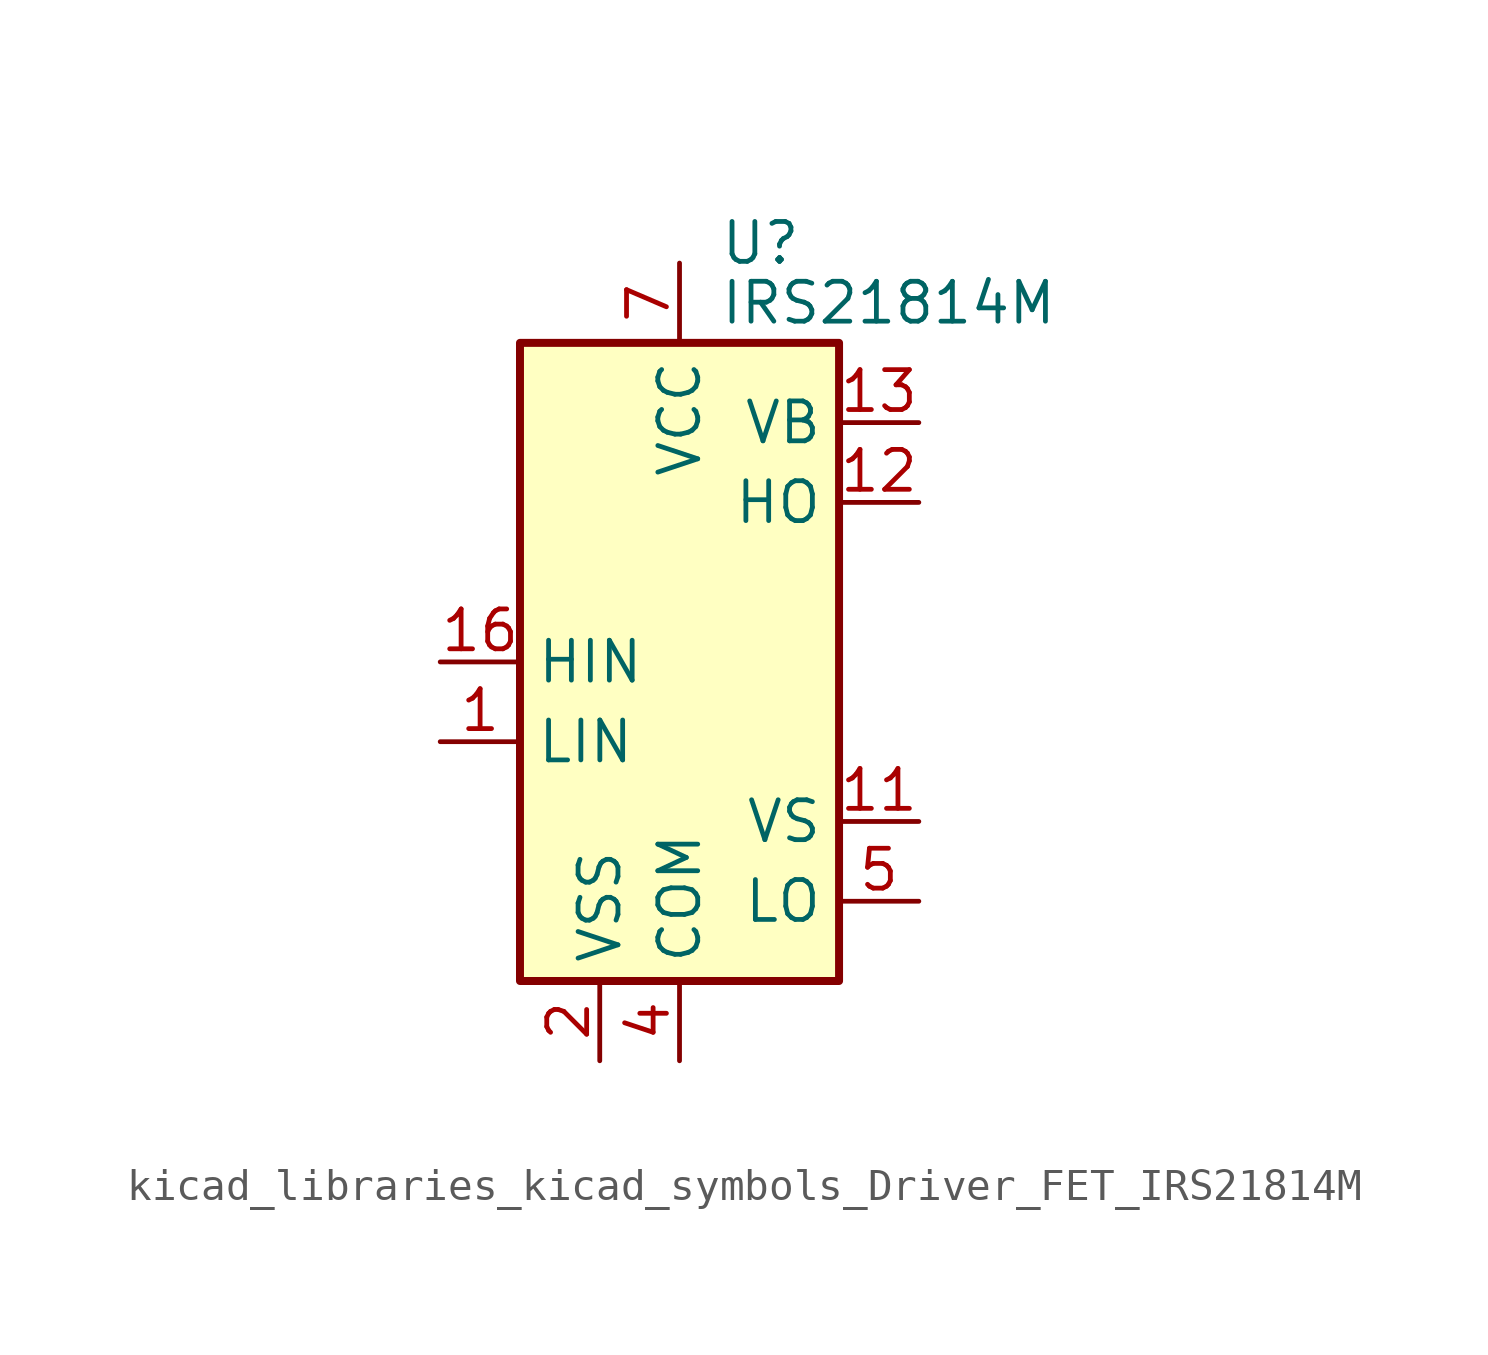
<source format=kicad_sym>
(kicad_symbol_lib
  (version 20220914)
  (generator kicad_symbol_editor)
  (symbol "kicad_libraries_kicad_symbols_Driver_FET_IRS21814M"
    (property "Reference" "U"
      (at 1.27 13.335 0)
      (effects (font (size 1.27 1.27)) (justify left)))
    (property "Value" "IRS21814M"
      (at 1.27 11.43 0)
      (effects (font (size 1.27 1.27)) (justify left)))
    (symbol "kicad_libraries_kicad_symbols_Driver_FET_IRS21814M_0_1"
      (rectangle (start -5.08 -10.16) (end 5.08 10.16) (stroke (width 0.254) (type default)) (fill (type background))))
    (symbol "kicad_libraries_kicad_symbols_Driver_FET_IRS21814M_1_1"
      (pin input line (at -7.62 -2.54 0) (length 2.54) (name "LIN" (effects (font (size 1.27 1.27)))) (number "1" (effects (font (size 1.27 1.27)))))
      (pin passive line (at 7.62 -5.08 180) (length 2.54) (name "VS" (effects (font (size 1.27 1.27)))) (number "11" (effects (font (size 1.27 1.27)))))
      (pin output line (at 7.62 5.08 180) (length 2.54) (name "HO" (effects (font (size 1.27 1.27)))) (number "12" (effects (font (size 1.27 1.27)))))
      (pin passive line (at 7.62 7.62 180) (length 2.54) (name "VB" (effects (font (size 1.27 1.27)))) (number "13" (effects (font (size 1.27 1.27)))))
      (pin no_connect line (at 5.08 0 180) (length 2.54) hide (name "NC" (effects (font (size 1.27 1.27)))) (number "14" (effects (font (size 1.27 1.27)))))
      (pin input line (at -7.62 0 0) (length 2.54) (name "HIN" (effects (font (size 1.27 1.27)))) (number "16" (effects (font (size 1.27 1.27)))))
      (pin passive line (at 0 -12.7 90) (length 2.54) hide (name "COM" (effects (font (size 1.27 1.27)))) (number "17" (effects (font (size 1.27 1.27)))))
      (pin power_in line (at -2.54 -12.7 90) (length 2.54) (name "VSS" (effects (font (size 1.27 1.27)))) (number "2" (effects (font (size 1.27 1.27)))))
      (pin no_connect line (at -5.08 7.62 0) (length 2.54) hide (name "NC" (effects (font (size 1.27 1.27)))) (number "3" (effects (font (size 1.27 1.27)))))
      (pin power_in line (at 0 -12.7 90) (length 2.54) (name "COM" (effects (font (size 1.27 1.27)))) (number "4" (effects (font (size 1.27 1.27)))))
      (pin output line (at 7.62 -7.62 180) (length 2.54) (name "LO" (effects (font (size 1.27 1.27)))) (number "5" (effects (font (size 1.27 1.27)))))
      (pin no_connect line (at -5.08 5.08 0) (length 2.54) hide (name "NC" (effects (font (size 1.27 1.27)))) (number "6" (effects (font (size 1.27 1.27)))))
      (pin power_in line (at 0 12.7 270) (length 2.54) (name "VCC" (effects (font (size 1.27 1.27)))) (number "7" (effects (font (size 1.27 1.27)))))
      (pin no_connect line (at -5.08 2.54 0) (length 2.54) hide (name "NC" (effects (font (size 1.27 1.27)))) (number "8" (effects (font (size 1.27 1.27)))))
      (pin no_connect line (at 5.08 2.54 180) (length 2.54) hide (name "NC" (effects (font (size 1.27 1.27)))) (number "9" (effects (font (size 1.27 1.27))))))))
</source>
